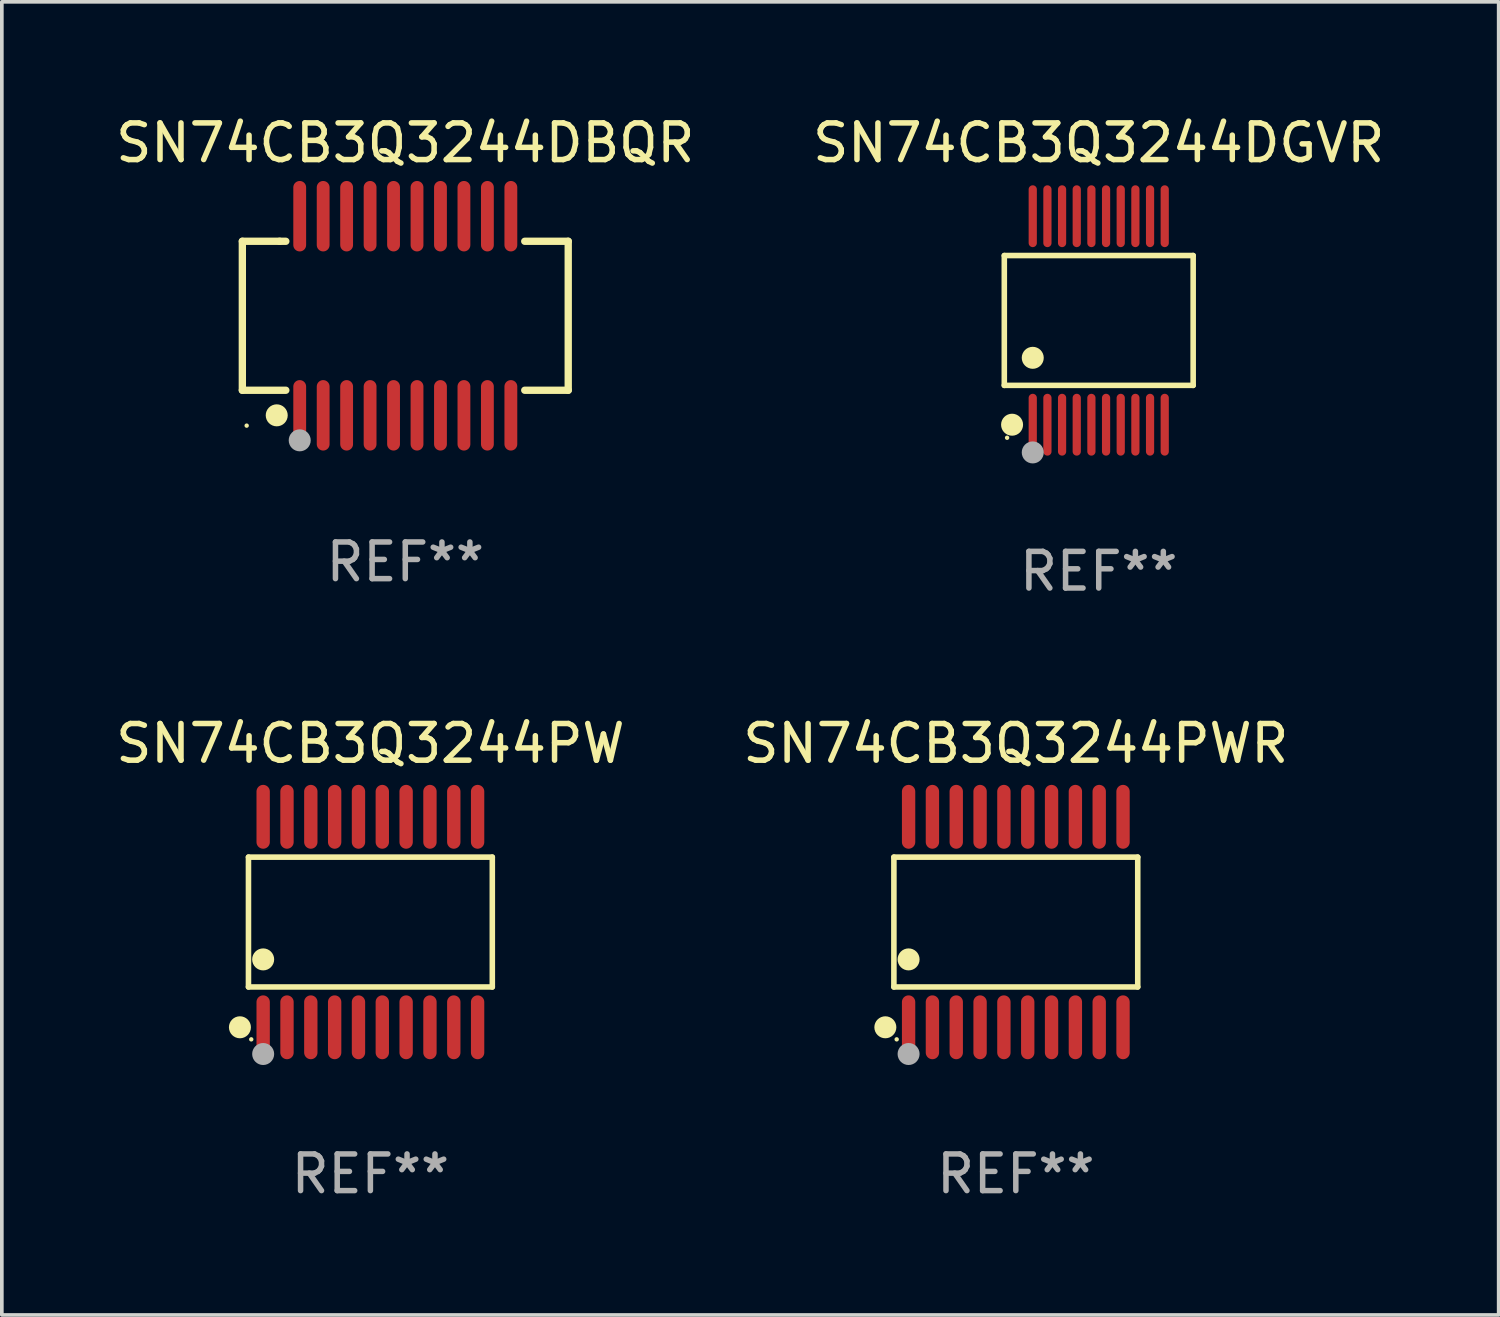
<source format=kicad_pcb>
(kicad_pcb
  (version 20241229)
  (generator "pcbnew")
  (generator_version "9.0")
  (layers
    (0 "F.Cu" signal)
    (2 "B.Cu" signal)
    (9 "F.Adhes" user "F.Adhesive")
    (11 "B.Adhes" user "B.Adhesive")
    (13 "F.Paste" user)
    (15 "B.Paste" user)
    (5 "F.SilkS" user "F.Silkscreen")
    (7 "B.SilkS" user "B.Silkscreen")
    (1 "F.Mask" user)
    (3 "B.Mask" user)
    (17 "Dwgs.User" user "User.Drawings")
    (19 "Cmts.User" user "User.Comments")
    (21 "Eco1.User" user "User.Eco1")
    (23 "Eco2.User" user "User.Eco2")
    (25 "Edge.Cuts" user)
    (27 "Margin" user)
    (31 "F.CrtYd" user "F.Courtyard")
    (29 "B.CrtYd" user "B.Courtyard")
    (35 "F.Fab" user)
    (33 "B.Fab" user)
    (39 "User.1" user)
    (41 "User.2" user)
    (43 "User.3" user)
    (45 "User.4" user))
  (footprint "SN74CB3Q3244DGVR"
    (layer "F.Cu")
    (at 26.923 5.692)
    (property "Reference" "SN74CB3Q3244DGVR" (at 0 -4.844 0) (layer "F.SilkS") (effects (font (size 1 1) (thickness 0.15))))
    (attr through_hole)
    (fp_line (start -2.576 -1.771) (end 2.576 -1.771) (stroke (width 0.152) (type solid)) (layer "F.SilkS"))
    (fp_line (start -2.576 1.771) (end -2.576 -1.771) (stroke (width 0.152) (type solid)) (layer "F.SilkS"))
    (fp_line (start 2.576 -1.771) (end 2.576 1.771) (stroke (width 0.152) (type solid)) (layer "F.SilkS"))
    (fp_line (start 2.576 1.771) (end -2.576 1.771) (stroke (width 0.152) (type solid)) (layer "F.SilkS"))
    (fp_circle (center -2.5 3.2) (end -2.47 3.2) (stroke (width 0.06) (type solid)) (fill no) (layer "F.SilkS"))
    (fp_circle (center -2.364 2.844) (end -2.214 2.844) (stroke (width 0.3) (type solid)) (fill no) (layer "F.SilkS"))
    (fp_circle (center -1.8 1.019) (end -1.65 1.019) (stroke (width 0.3) (type solid)) (fill no) (layer "F.SilkS"))
    (fp_circle (center -1.8 3.6) (end -1.65 3.6) (stroke (width 0.3) (type solid)) (fill no) (layer "F.Fab"))
    (fp_text user "REF**" (at 0 6.844 0) (layer "F.Fab") (effects (font (size 1 1) (thickness 0.15))))
    (pad "1" smd oval (at -1.8 2.844) (size 0.224 1.687) (layers "F.Cu" "F.Mask" "F.Paste"))
    (pad "2" smd oval (at -1.4 2.844) (size 0.224 1.687) (layers "F.Cu" "F.Mask" "F.Paste"))
    (pad "3" smd oval (at -1 2.844) (size 0.224 1.687) (layers "F.Cu" "F.Mask" "F.Paste"))
    (pad "4" smd oval (at -0.6 2.844) (size 0.224 1.687) (layers "F.Cu" "F.Mask" "F.Paste"))
    (pad "5" smd oval (at -0.2 2.844) (size 0.224 1.687) (layers "F.Cu" "F.Mask" "F.Paste"))
    (pad "6" smd oval (at 0.2 2.844) (size 0.224 1.687) (layers "F.Cu" "F.Mask" "F.Paste"))
    (pad "7" smd oval (at 0.6 2.844) (size 0.224 1.687) (layers "F.Cu" "F.Mask" "F.Paste"))
    (pad "8" smd oval (at 1 2.844) (size 0.224 1.687) (layers "F.Cu" "F.Mask" "F.Paste"))
    (pad "9" smd oval (at 1.4 2.844) (size 0.224 1.687) (layers "F.Cu" "F.Mask" "F.Paste"))
    (pad "10" smd oval (at 1.8 2.844) (size 0.224 1.687) (layers "F.Cu" "F.Mask" "F.Paste"))
    (pad "11" smd oval (at 1.8 -2.844) (size 0.224 1.687) (layers "F.Cu" "F.Mask" "F.Paste"))
    (pad "12" smd oval (at 1.4 -2.844) (size 0.224 1.687) (layers "F.Cu" "F.Mask" "F.Paste"))
    (pad "13" smd oval (at 1 -2.844) (size 0.224 1.687) (layers "F.Cu" "F.Mask" "F.Paste"))
    (pad "14" smd oval (at 0.6 -2.844) (size 0.224 1.687) (layers "F.Cu" "F.Mask" "F.Paste"))
    (pad "15" smd oval (at 0.2 -2.844) (size 0.224 1.687) (layers "F.Cu" "F.Mask" "F.Paste"))
    (pad "16" smd oval (at -0.2 -2.844) (size 0.224 1.687) (layers "F.Cu" "F.Mask" "F.Paste"))
    (pad "17" smd oval (at -0.6 -2.844) (size 0.224 1.687) (layers "F.Cu" "F.Mask" "F.Paste"))
    (pad "18" smd oval (at -1 -2.844) (size 0.224 1.687) (layers "F.Cu" "F.Mask" "F.Paste"))
    (pad "19" smd oval (at -1.4 -2.844) (size 0.224 1.687) (layers "F.Cu" "F.Mask" "F.Paste"))
    (pad "20" smd oval (at -1.8 -2.844) (size 0.224 1.687) (layers "F.Cu" "F.Mask" "F.Paste")))
  (footprint "SN74CB3Q3244PWR"
    (layer "F.Cu")
    (at 24.661 22.103)
    (property "Reference" "SN74CB3Q3244PWR" (at 0 -4.871 0) (layer "F.SilkS") (effects (font (size 1 1) (thickness 0.15))))
    (attr through_hole)
    (fp_line (start -3.326 -1.771) (end 3.326 -1.771) (stroke (width 0.152) (type solid)) (layer "F.SilkS"))
    (fp_line (start -3.326 1.771) (end -3.326 -1.771) (stroke (width 0.152) (type solid)) (layer "F.SilkS"))
    (fp_line (start 3.326 -1.771) (end 3.326 1.771) (stroke (width 0.152) (type solid)) (layer "F.SilkS"))
    (fp_line (start 3.326 1.771) (end -3.326 1.771) (stroke (width 0.152) (type solid)) (layer "F.SilkS"))
    (fp_circle (center -3.559 2.871) (end -3.409 2.871) (stroke (width 0.3) (type solid)) (fill no) (layer "F.SilkS"))
    (fp_circle (center -3.25 3.2) (end -3.22 3.2) (stroke (width 0.06) (type solid)) (fill no) (layer "F.SilkS"))
    (fp_circle (center -2.925 1.019) (end -2.775 1.019) (stroke (width 0.3) (type solid)) (fill no) (layer "F.SilkS"))
    (fp_circle (center -2.925 3.6) (end -2.775 3.6) (stroke (width 0.3) (type solid)) (fill no) (layer "F.Fab"))
    (fp_text user "REF**" (at 0 6.871 0) (layer "F.Fab") (effects (font (size 1 1) (thickness 0.15))))
    (pad "1" smd oval (at -2.925 2.871) (size 0.364 1.742) (layers "F.Cu" "F.Mask" "F.Paste"))
    (pad "2" smd oval (at -2.275 2.871) (size 0.364 1.742) (layers "F.Cu" "F.Mask" "F.Paste"))
    (pad "3" smd oval (at -1.625 2.871) (size 0.364 1.742) (layers "F.Cu" "F.Mask" "F.Paste"))
    (pad "4" smd oval (at -0.975 2.871) (size 0.364 1.742) (layers "F.Cu" "F.Mask" "F.Paste"))
    (pad "5" smd oval (at -0.325 2.871) (size 0.364 1.742) (layers "F.Cu" "F.Mask" "F.Paste"))
    (pad "6" smd oval (at 0.325 2.871) (size 0.364 1.742) (layers "F.Cu" "F.Mask" "F.Paste"))
    (pad "7" smd oval (at 0.975 2.871) (size 0.364 1.742) (layers "F.Cu" "F.Mask" "F.Paste"))
    (pad "8" smd oval (at 1.625 2.871) (size 0.364 1.742) (layers "F.Cu" "F.Mask" "F.Paste"))
    (pad "9" smd oval (at 2.275 2.871) (size 0.364 1.742) (layers "F.Cu" "F.Mask" "F.Paste"))
    (pad "10" smd oval (at 2.925 2.871) (size 0.364 1.742) (layers "F.Cu" "F.Mask" "F.Paste"))
    (pad "11" smd oval (at 2.925 -2.871) (size 0.364 1.742) (layers "F.Cu" "F.Mask" "F.Paste"))
    (pad "12" smd oval (at 2.275 -2.871) (size 0.364 1.742) (layers "F.Cu" "F.Mask" "F.Paste"))
    (pad "13" smd oval (at 1.625 -2.871) (size 0.364 1.742) (layers "F.Cu" "F.Mask" "F.Paste"))
    (pad "14" smd oval (at 0.975 -2.871) (size 0.364 1.742) (layers "F.Cu" "F.Mask" "F.Paste"))
    (pad "15" smd oval (at 0.325 -2.871) (size 0.364 1.742) (layers "F.Cu" "F.Mask" "F.Paste"))
    (pad "16" smd oval (at -0.325 -2.871) (size 0.364 1.742) (layers "F.Cu" "F.Mask" "F.Paste"))
    (pad "17" smd oval (at -0.975 -2.871) (size 0.364 1.742) (layers "F.Cu" "F.Mask" "F.Paste"))
    (pad "18" smd oval (at -1.625 -2.871) (size 0.364 1.742) (layers "F.Cu" "F.Mask" "F.Paste"))
    (pad "19" smd oval (at -2.275 -2.871) (size 0.364 1.742) (layers "F.Cu" "F.Mask" "F.Paste"))
    (pad "20" smd oval (at -2.925 -2.871) (size 0.364 1.742) (layers "F.Cu" "F.Mask" "F.Paste")))
  (footprint "SN74CB3Q3244PW"
    (layer "F.Cu")
    (at 7.054 22.103)
    (property "Reference" "SN74CB3Q3244PW" (at 0 -4.871 0) (layer "F.SilkS") (effects (font (size 1 1) (thickness 0.15))))
    (attr through_hole)
    (fp_line (start -3.326 -1.771) (end 3.326 -1.771) (stroke (width 0.152) (type solid)) (layer "F.SilkS"))
    (fp_line (start -3.326 1.771) (end -3.326 -1.771) (stroke (width 0.152) (type solid)) (layer "F.SilkS"))
    (fp_line (start 3.326 -1.771) (end 3.326 1.771) (stroke (width 0.152) (type solid)) (layer "F.SilkS"))
    (fp_line (start 3.326 1.771) (end -3.326 1.771) (stroke (width 0.152) (type solid)) (layer "F.SilkS"))
    (fp_circle (center -3.559 2.871) (end -3.409 2.871) (stroke (width 0.3) (type solid)) (fill no) (layer "F.SilkS"))
    (fp_circle (center -3.25 3.2) (end -3.22 3.2) (stroke (width 0.06) (type solid)) (fill no) (layer "F.SilkS"))
    (fp_circle (center -2.925 1.019) (end -2.775 1.019) (stroke (width 0.3) (type solid)) (fill no) (layer "F.SilkS"))
    (fp_circle (center -2.925 3.6) (end -2.775 3.6) (stroke (width 0.3) (type solid)) (fill no) (layer "F.Fab"))
    (fp_text user "REF**" (at 0 6.871 0) (layer "F.Fab") (effects (font (size 1 1) (thickness 0.15))))
    (pad "1" smd oval (at -2.925 2.871) (size 0.364 1.742) (layers "F.Cu" "F.Mask" "F.Paste"))
    (pad "2" smd oval (at -2.275 2.871) (size 0.364 1.742) (layers "F.Cu" "F.Mask" "F.Paste"))
    (pad "3" smd oval (at -1.625 2.871) (size 0.364 1.742) (layers "F.Cu" "F.Mask" "F.Paste"))
    (pad "4" smd oval (at -0.975 2.871) (size 0.364 1.742) (layers "F.Cu" "F.Mask" "F.Paste"))
    (pad "5" smd oval (at -0.325 2.871) (size 0.364 1.742) (layers "F.Cu" "F.Mask" "F.Paste"))
    (pad "6" smd oval (at 0.325 2.871) (size 0.364 1.742) (layers "F.Cu" "F.Mask" "F.Paste"))
    (pad "7" smd oval (at 0.975 2.871) (size 0.364 1.742) (layers "F.Cu" "F.Mask" "F.Paste"))
    (pad "8" smd oval (at 1.625 2.871) (size 0.364 1.742) (layers "F.Cu" "F.Mask" "F.Paste"))
    (pad "9" smd oval (at 2.275 2.871) (size 0.364 1.742) (layers "F.Cu" "F.Mask" "F.Paste"))
    (pad "10" smd oval (at 2.925 2.871) (size 0.364 1.742) (layers "F.Cu" "F.Mask" "F.Paste"))
    (pad "11" smd oval (at 2.925 -2.871) (size 0.364 1.742) (layers "F.Cu" "F.Mask" "F.Paste"))
    (pad "12" smd oval (at 2.275 -2.871) (size 0.364 1.742) (layers "F.Cu" "F.Mask" "F.Paste"))
    (pad "13" smd oval (at 1.625 -2.871) (size 0.364 1.742) (layers "F.Cu" "F.Mask" "F.Paste"))
    (pad "14" smd oval (at 0.975 -2.871) (size 0.364 1.742) (layers "F.Cu" "F.Mask" "F.Paste"))
    (pad "15" smd oval (at 0.325 -2.871) (size 0.364 1.742) (layers "F.Cu" "F.Mask" "F.Paste"))
    (pad "16" smd oval (at -0.325 -2.871) (size 0.364 1.742) (layers "F.Cu" "F.Mask" "F.Paste"))
    (pad "17" smd oval (at -0.975 -2.871) (size 0.364 1.742) (layers "F.Cu" "F.Mask" "F.Paste"))
    (pad "18" smd oval (at -1.625 -2.871) (size 0.364 1.742) (layers "F.Cu" "F.Mask" "F.Paste"))
    (pad "19" smd oval (at -2.275 -2.871) (size 0.364 1.742) (layers "F.Cu" "F.Mask" "F.Paste"))
    (pad "20" smd oval (at -2.925 -2.871) (size 0.364 1.742) (layers "F.Cu" "F.Mask" "F.Paste")))
  (footprint "SN74CB3Q3244DBQR"
    (layer "F.Cu")
    (at 8.006 5.564)
    (property "Reference" "SN74CB3Q3244DBQR" (at 0 -4.716 0) (layer "F.SilkS") (effects (font (size 1 1) (thickness 0.15))))
    (attr through_hole)
    (fp_line (start -4.445 -2.032) (end -4.445 2.032) (stroke (width 0.2) (type solid)) (layer "F.SilkS"))
    (fp_line (start -4.445 2.032) (end -3.259 2.032) (stroke (width 0.2) (type solid)) (layer "F.SilkS"))
    (fp_line (start -3.429 -2.032) (end -4.445 -2.032) (stroke (width 0.2) (type solid)) (layer "F.SilkS"))
    (fp_line (start -3.259 -2.032) (end -3.429 -2.032) (stroke (width 0.2) (type solid)) (layer "F.SilkS"))
    (fp_line (start 3.259 2.032) (end 4.445 2.032) (stroke (width 0.2) (type solid)) (layer "F.SilkS"))
    (fp_line (start 4.445 -2.032) (end 3.259 -2.032) (stroke (width 0.2) (type solid)) (layer "F.SilkS"))
    (fp_line (start 4.445 2.032) (end 4.445 -2.032) (stroke (width 0.2) (type solid)) (layer "F.SilkS"))
    (fp_circle (center -4.327 2.997) (end -4.297 2.997) (stroke (width 0.06) (type solid)) (fill no) (layer "F.SilkS"))
    (fp_circle (center -3.507 2.716) (end -3.357 2.716) (stroke (width 0.3) (type solid)) (fill no) (layer "F.SilkS"))
    (fp_circle (center -2.88 3.398) (end -2.73 3.398) (stroke (width 0.3) (type solid)) (fill no) (layer "F.Fab"))
    (fp_text user "REF**" (at 0 6.716 0) (layer "F.Fab") (effects (font (size 1 1) (thickness 0.15))))
    (pad "1" smd oval (at -2.88 2.716) (size 0.35 1.922) (layers "F.Cu" "F.Mask" "F.Paste"))
    (pad "2" smd oval (at -2.24 2.716) (size 0.35 1.922) (layers "F.Cu" "F.Mask" "F.Paste"))
    (pad "3" smd oval (at -1.6 2.716) (size 0.35 1.922) (layers "F.Cu" "F.Mask" "F.Paste"))
    (pad "4" smd oval (at -0.96 2.716) (size 0.35 1.922) (layers "F.Cu" "F.Mask" "F.Paste"))
    (pad "5" smd oval (at -0.32 2.716) (size 0.35 1.922) (layers "F.Cu" "F.Mask" "F.Paste"))
    (pad "6" smd oval (at 0.32 2.716) (size 0.35 1.922) (layers "F.Cu" "F.Mask" "F.Paste"))
    (pad "7" smd oval (at 0.96 2.716) (size 0.35 1.922) (layers "F.Cu" "F.Mask" "F.Paste"))
    (pad "8" smd oval (at 1.6 2.716) (size 0.35 1.922) (layers "F.Cu" "F.Mask" "F.Paste"))
    (pad "9" smd oval (at 2.24 2.716) (size 0.35 1.922) (layers "F.Cu" "F.Mask" "F.Paste"))
    (pad "10" smd oval (at 2.88 2.716) (size 0.35 1.922) (layers "F.Cu" "F.Mask" "F.Paste"))
    (pad "11" smd oval (at 2.88 -2.716) (size 0.35 1.922) (layers "F.Cu" "F.Mask" "F.Paste"))
    (pad "12" smd oval (at 2.24 -2.716) (size 0.35 1.922) (layers "F.Cu" "F.Mask" "F.Paste"))
    (pad "13" smd oval (at 1.6 -2.716) (size 0.35 1.922) (layers "F.Cu" "F.Mask" "F.Paste"))
    (pad "14" smd oval (at 0.96 -2.716) (size 0.35 1.922) (layers "F.Cu" "F.Mask" "F.Paste"))
    (pad "15" smd oval (at 0.32 -2.716) (size 0.35 1.922) (layers "F.Cu" "F.Mask" "F.Paste"))
    (pad "16" smd oval (at -0.32 -2.716) (size 0.35 1.922) (layers "F.Cu" "F.Mask" "F.Paste"))
    (pad "17" smd oval (at -0.96 -2.716) (size 0.35 1.922) (layers "F.Cu" "F.Mask" "F.Paste"))
    (pad "18" smd oval (at -1.6 -2.716) (size 0.35 1.922) (layers "F.Cu" "F.Mask" "F.Paste"))
    (pad "19" smd oval (at -2.24 -2.716) (size 0.35 1.922) (layers "F.Cu" "F.Mask" "F.Paste"))
    (pad "20" smd oval (at -2.88 -2.716) (size 0.35 1.922) (layers "F.Cu" "F.Mask" "F.Paste")))
  (gr_rect
    (start -3 -3)
    (end 37.833 32.822)
    (stroke (width 0.1) (type default))
    (fill no)
    (layer "Edge.Cuts")))
</source>
